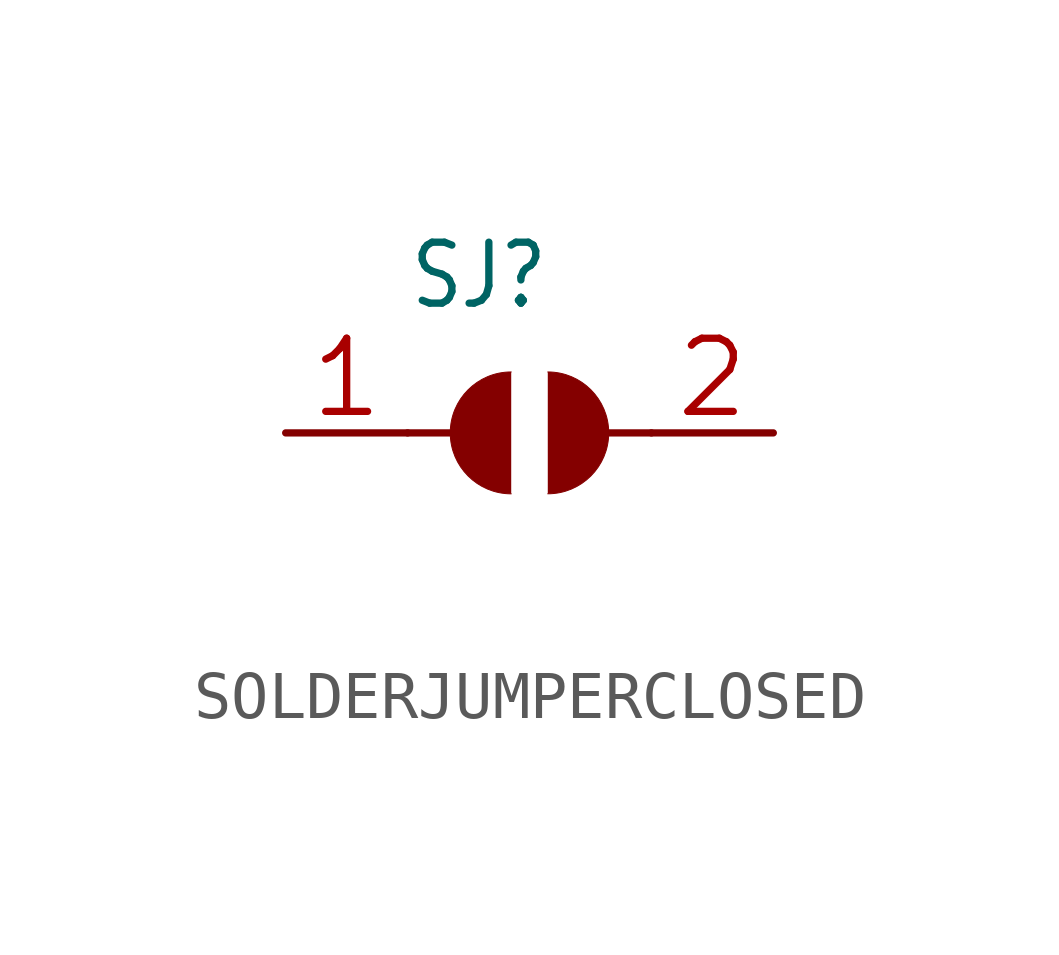
<source format=kicad_sym>
(kicad_symbol_lib
  (version 20241209)
  (generator "kicad_symbol_editor")
  (generator_version "9.0")
  (symbol "SOLDERJUMPERCLOSED"
    (property "Reference" "SJ"
      (at -2.54 2.54 0)
      (effects (font (size 1.27 1.079)) (justify left bottom)))
    (property "Value" ""
      (at -2.54 -3.81 0)
      (effects (font (size 1.27 1.079)) (justify left bottom)))
    (property "ki_locked" ""
      (at 0 0 0)
      (effects (font (size 1.27 1.27))))
    (symbol "SOLDERJUMPERCLOSED_1_0"
      (polyline (pts (xy -2.54 0) (xy -1.651 0)) (stroke (width 0.152) (type solid)) (fill (type none)))
      (arc (start -0.381 -1.27) (mid -1.651 0) (end -0.381 1.27) (stroke (width 0.0001) (type solid)) (fill (type outline)))
      (arc (start 0.381 1.27) (mid 1.651 0) (end 0.381 -1.27) (stroke (width 0.0001) (type solid)) (fill (type outline)))
      (polyline (pts (xy 2.54 0) (xy 1.651 0)) (stroke (width 0.152) (type solid)) (fill (type none)))
      (pin passive line (at -5.08 0 0) (length 2.54) (name "1" (effects (font (size 0 0)))) (number "1" (effects (font (size 1.524 1.524)))))
      (pin passive line (at 5.08 0 180) (length 2.54) (name "2" (effects (font (size 0 0)))) (number "2" (effects (font (size 1.524 1.524))))))))
</source>
